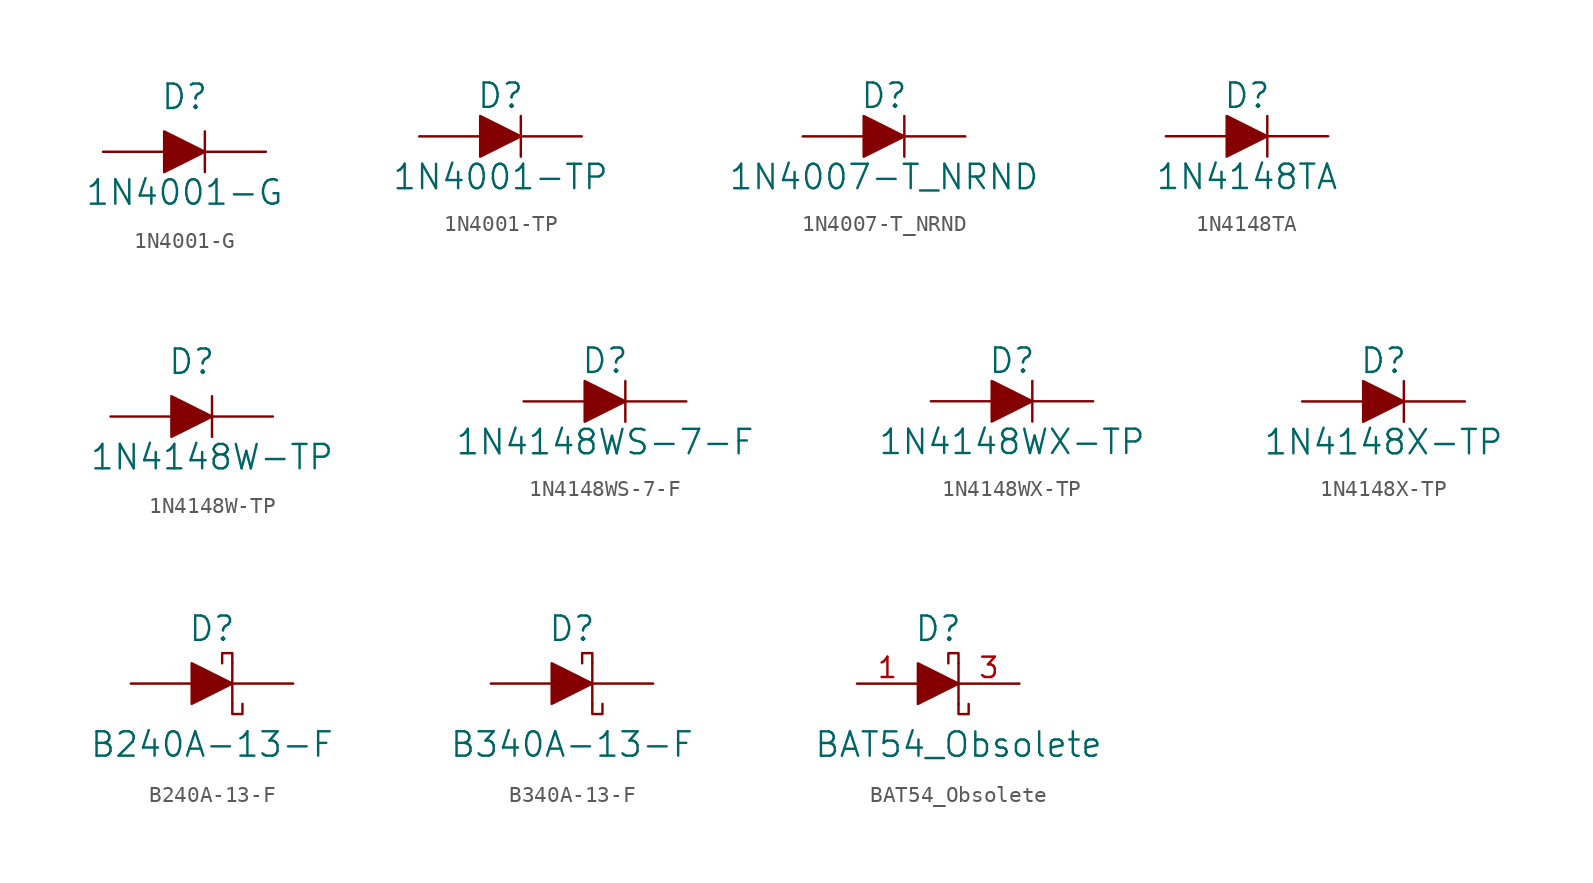
<source format=kicad_sym>
(kicad_symbol_lib
  (version 20201005)
  (generator kicad_symbol_editor)
  (symbol "1N4001-G"
    (pin_numbers hide)
    (pin_names
      (offset 0) hide)
    (property "Reference" "D"
      (at 0 2.54 0)
      (effects (font (size 1.524 1.524)) (justify bottom)))
    (property "Value" "1N4001-G"
      (at 0 -2.54 0)
      (effects (font (size 1.524 1.524))))
    (symbol "1N4001-G_0_1"
      (polyline (pts (xy 1.27 1.27) (xy 1.27 -1.27)) (stroke (width 0)) (fill (type none)))
      (polyline (pts (xy -1.27 1.27) (xy -1.27 -1.27) (xy 1.27 0) (xy -1.27 1.27)) (stroke (width 0)) (fill (type outline))))
    (symbol "1N4001-G_1_1"
      (pin passive line (at -5.08 0 0) (length 3.81) (name "~" (effects (font (size 1.27 1.27)))) (number "A" (effects (font (size 1.27 1.27)))))
      (pin passive line (at 5.08 0 180) (length 3.81) (name "~" (effects (font (size 1.27 1.27)))) (number "K" (effects (font (size 1.27 1.27)))))))
  (symbol "1N4001-TP"
    (pin_numbers hide)
    (pin_names
      (offset 0) hide)
    (property "Reference" "D"
      (at 0 2.54 0)
      (effects (font (size 1.524 1.524))))
    (property "Value" "1N4001-TP"
      (at 0 -2.54 0)
      (effects (font (size 1.524 1.524))))
    (symbol "1N4001-TP_0_1"
      (polyline (pts (xy 1.27 1.27) (xy 1.27 -1.27)) (stroke (width 0)) (fill (type none)))
      (polyline (pts (xy -1.27 1.27) (xy -1.27 -1.27) (xy 1.27 0) (xy -1.27 1.27)) (stroke (width 0)) (fill (type outline))))
    (symbol "1N4001-TP_1_1"
      (pin passive line (at -5.08 0 0) (length 3.81) (name "~" (effects (font (size 1.27 1.27)))) (number "A" (effects (font (size 1.27 1.27)))))
      (pin passive line (at 5.08 0 180) (length 3.81) (name "~" (effects (font (size 1.27 1.27)))) (number "K" (effects (font (size 1.27 1.27)))))))
  (symbol "1N4007-T_NRND"
    (pin_numbers hide)
    (pin_names
      (offset 0) hide)
    (property "Reference" "D"
      (at 0 2.54 0)
      (effects (font (size 1.524 1.524))))
    (property "Value" "1N4007-T_NRND"
      (at 0 -2.54 0)
      (effects (font (size 1.524 1.524))))
    (symbol "1N4007-T_NRND_0_1"
      (polyline (pts (xy 1.27 1.27) (xy 1.27 -1.27)) (stroke (width 0)) (fill (type none)))
      (polyline (pts (xy -1.27 1.27) (xy -1.27 -1.27) (xy 1.27 0) (xy -1.27 1.27)) (stroke (width 0)) (fill (type outline))))
    (symbol "1N4007-T_NRND_1_1"
      (pin passive line (at -5.08 0 0) (length 3.81) (name "~" (effects (font (size 1.27 1.27)))) (number "A" (effects (font (size 1.27 1.27)))))
      (pin passive line (at 5.08 0 180) (length 3.81) (name "~" (effects (font (size 1.27 1.27)))) (number "K" (effects (font (size 1.27 1.27)))))))
  (symbol "1N4148TA"
    (pin_numbers hide)
    (pin_names
      (offset 0) hide)
    (property "Reference" "D"
      (at 0 2.54 0)
      (effects (font (size 1.524 1.524))))
    (property "Value" "1N4148TA"
      (at 0 -2.54 0)
      (effects (font (size 1.524 1.524))))
    (symbol "1N4148TA_0_1"
      (polyline (pts (xy 1.27 1.27) (xy 1.27 -1.27)) (stroke (width 0)) (fill (type none)))
      (polyline (pts (xy -1.27 1.27) (xy -1.27 -1.27) (xy 1.27 0) (xy -1.27 1.27)) (stroke (width 0)) (fill (type outline))))
    (symbol "1N4148TA_1_1"
      (pin passive line (at -5.08 0 0) (length 3.81) (name "~" (effects (font (size 1.27 1.27)))) (number "A" (effects (font (size 1.27 1.27)))))
      (pin passive line (at 5.08 0 180) (length 3.81) (name "~" (effects (font (size 1.27 1.27)))) (number "K" (effects (font (size 1.27 1.27)))))))
  (symbol "1N4148W-TP"
    (pin_numbers hide)
    (pin_names
      (offset 0) hide)
    (property "Reference" "D"
      (at 0 2.54 0)
      (effects (font (size 1.524 1.524)) (justify bottom)))
    (property "Value" "1N4148W-TP"
      (at 1.27 -2.54 0)
      (effects (font (size 1.524 1.524))))
    (symbol "1N4148W-TP_0_1"
      (polyline (pts (xy 1.27 1.27) (xy 1.27 -1.27)) (stroke (width 0)) (fill (type none)))
      (polyline (pts (xy -1.27 1.27) (xy -1.27 -1.27) (xy 1.27 0) (xy -1.27 1.27)) (stroke (width 0)) (fill (type outline))))
    (symbol "1N4148W-TP_1_1"
      (pin passive line (at -5.08 0 0) (length 3.81) (name "~" (effects (font (size 1.27 1.27)))) (number "A" (effects (font (size 1.27 1.27)))))
      (pin passive line (at 5.08 0 180) (length 3.81) (name "~" (effects (font (size 1.27 1.27)))) (number "K" (effects (font (size 1.27 1.27)))))))
  (symbol "1N4148WS-7-F"
    (pin_numbers hide)
    (pin_names
      (offset 0) hide)
    (property "Reference" "D"
      (at 0 2.54 0)
      (effects (font (size 1.524 1.524))))
    (property "Value" "1N4148WS-7-F"
      (at 0 -2.54 0)
      (effects (font (size 1.524 1.524))))
    (symbol "1N4148WS-7-F_0_1"
      (polyline (pts (xy 1.27 1.27) (xy 1.27 -1.27)) (stroke (width 0)) (fill (type none)))
      (polyline (pts (xy -1.27 1.27) (xy -1.27 -1.27) (xy 1.27 0) (xy -1.27 1.27)) (stroke (width 0)) (fill (type outline))))
    (symbol "1N4148WS-7-F_1_1"
      (pin passive line (at -5.08 0 0) (length 3.81) (name "~" (effects (font (size 1.27 1.27)))) (number "A" (effects (font (size 1.27 1.27)))))
      (pin passive line (at 5.08 0 180) (length 3.81) (name "~" (effects (font (size 1.27 1.27)))) (number "K" (effects (font (size 1.27 1.27)))))))
  (symbol "1N4148WX-TP"
    (pin_numbers hide)
    (pin_names
      (offset 0) hide)
    (property "Reference" "D"
      (at 0 2.54 0)
      (effects (font (size 1.524 1.524))))
    (property "Value" "1N4148WX-TP"
      (at 0 -2.54 0)
      (effects (font (size 1.524 1.524))))
    (symbol "1N4148WX-TP_0_1"
      (polyline (pts (xy 1.27 1.27) (xy 1.27 -1.27)) (stroke (width 0)) (fill (type none)))
      (polyline (pts (xy -1.27 1.27) (xy -1.27 -1.27) (xy 1.27 0) (xy -1.27 1.27)) (stroke (width 0)) (fill (type outline))))
    (symbol "1N4148WX-TP_1_1"
      (pin passive line (at -5.08 0 0) (length 3.81) (name "~" (effects (font (size 1.27 1.27)))) (number "A" (effects (font (size 1.27 1.27)))))
      (pin passive line (at 5.08 0 180) (length 3.81) (name "~" (effects (font (size 1.27 1.27)))) (number "K" (effects (font (size 1.27 1.27)))))))
  (symbol "1N4148X-TP"
    (pin_numbers hide)
    (pin_names
      (offset 0) hide)
    (property "Reference" "D"
      (at 0 2.54 0)
      (effects (font (size 1.524 1.524))))
    (property "Value" "1N4148X-TP"
      (at 0 -2.54 0)
      (effects (font (size 1.524 1.524))))
    (symbol "1N4148X-TP_0_1"
      (polyline (pts (xy 1.27 1.27) (xy 1.27 -1.27)) (stroke (width 0)) (fill (type none)))
      (polyline (pts (xy -1.27 1.27) (xy -1.27 -1.27) (xy 1.27 0) (xy -1.27 1.27)) (stroke (width 0)) (fill (type outline))))
    (symbol "1N4148X-TP_1_1"
      (pin passive line (at -5.08 0 0) (length 3.81) (name "~" (effects (font (size 1.27 1.27)))) (number "A" (effects (font (size 1.27 1.27)))))
      (pin passive line (at 5.08 0 180) (length 3.81) (name "~" (effects (font (size 1.27 1.27)))) (number "K" (effects (font (size 1.27 1.27)))))))
  (symbol "B240A-13-F"
    (pin_numbers hide)
    (pin_names
      (offset 0) hide)
    (property "Reference" "D"
      (at 0 2.54 0)
      (effects (font (size 1.524 1.524)) (justify bottom)))
    (property "Value" "B240A-13-F"
      (at 0 -3.81 0)
      (effects (font (size 1.524 1.524))))
    (symbol "B240A-13-F_0_1"
      (polyline (pts (xy 1.27 1.27) (xy 1.27 -1.27)) (stroke (width 0)) (fill (type none)))
      (polyline (pts (xy -1.27 1.27) (xy -1.27 -1.27) (xy 1.27 0) (xy -1.27 1.27)) (stroke (width 0)) (fill (type outline)))
      (polyline (pts (xy 1.27 -1.27) (xy 1.27 -1.905) (xy 1.905 -1.905) (xy 1.905 -1.27)) (stroke (width 0)) (fill (type none)))
      (polyline (pts (xy 1.27 1.27) (xy 1.27 1.905) (xy 0.635 1.905) (xy 0.635 1.27)) (stroke (width 0)) (fill (type none))))
    (symbol "B240A-13-F_1_1"
      (pin passive line (at -5.08 0 0) (length 3.81) (name "~" (effects (font (size 1.27 1.27)))) (number "A" (effects (font (size 1.27 1.27)))))
      (pin passive line (at 5.08 0 180) (length 3.81) (name "~" (effects (font (size 1.27 1.27)))) (number "K" (effects (font (size 1.27 1.27)))))))
  (symbol "B340A-13-F"
    (pin_numbers hide)
    (pin_names
      (offset 0) hide)
    (property "Reference" "D"
      (at 0 2.54 0)
      (effects (font (size 1.524 1.524)) (justify bottom)))
    (property "Value" "B340A-13-F"
      (at 0 -3.81 0)
      (effects (font (size 1.524 1.524))))
    (symbol "B340A-13-F_0_1"
      (polyline (pts (xy 1.27 1.27) (xy 1.27 -1.27)) (stroke (width 0)) (fill (type none)))
      (polyline (pts (xy -1.27 1.27) (xy -1.27 -1.27) (xy 1.27 0) (xy -1.27 1.27)) (stroke (width 0)) (fill (type outline)))
      (polyline (pts (xy 1.27 -1.27) (xy 1.27 -1.905) (xy 1.905 -1.905) (xy 1.905 -1.27)) (stroke (width 0)) (fill (type none)))
      (polyline (pts (xy 1.27 1.27) (xy 1.27 1.905) (xy 0.635 1.905) (xy 0.635 1.27)) (stroke (width 0)) (fill (type none))))
    (symbol "B340A-13-F_1_1"
      (pin passive line (at -5.08 0 0) (length 3.81) (name "~" (effects (font (size 1.27 1.27)))) (number "A" (effects (font (size 1.27 1.27)))))
      (pin passive line (at 5.08 0 180) (length 3.81) (name "~" (effects (font (size 1.27 1.27)))) (number "K" (effects (font (size 1.27 1.27)))))))
  (symbol "BAT54_Obsolete"
    (pin_names
      (offset 0))
    (property "Reference" "D"
      (at 0 2.54 0)
      (effects (font (size 1.524 1.524)) (justify bottom)))
    (property "Value" "BAT54_Obsolete"
      (at 1.27 -3.81 0)
      (effects (font (size 1.524 1.524))))
    (symbol "BAT54_Obsolete_0_1"
      (polyline (pts (xy 1.27 1.27) (xy 1.27 -1.27)) (stroke (width 0)) (fill (type none)))
      (polyline (pts (xy -1.27 1.27) (xy -1.27 -1.27) (xy 1.27 0) (xy -1.27 1.27)) (stroke (width 0)) (fill (type outline)))
      (polyline (pts (xy 1.27 -1.27) (xy 1.27 -1.905) (xy 1.905 -1.905) (xy 1.905 -1.27)) (stroke (width 0)) (fill (type none)))
      (polyline (pts (xy 1.27 1.27) (xy 1.27 1.905) (xy 0.635 1.905) (xy 0.635 1.27)) (stroke (width 0)) (fill (type none))))
    (symbol "BAT54_Obsolete_1_1"
      (pin passive line (at -5.08 0 0) (length 3.81) (name "~" (effects (font (size 1.27 1.27)))) (number "1" (effects (font (size 1.27 1.27)))))
      (pin no_connect line (at 0 0 90) (length 0) hide (name "~" (effects (font (size 1.27 1.27)))) (number "2" (effects (font (size 0 0)))))
      (pin passive line (at 5.08 0 180) (length 3.81) (name "~" (effects (font (size 1.27 1.27)))) (number "3" (effects (font (size 1.27 1.27))))))))
</source>
